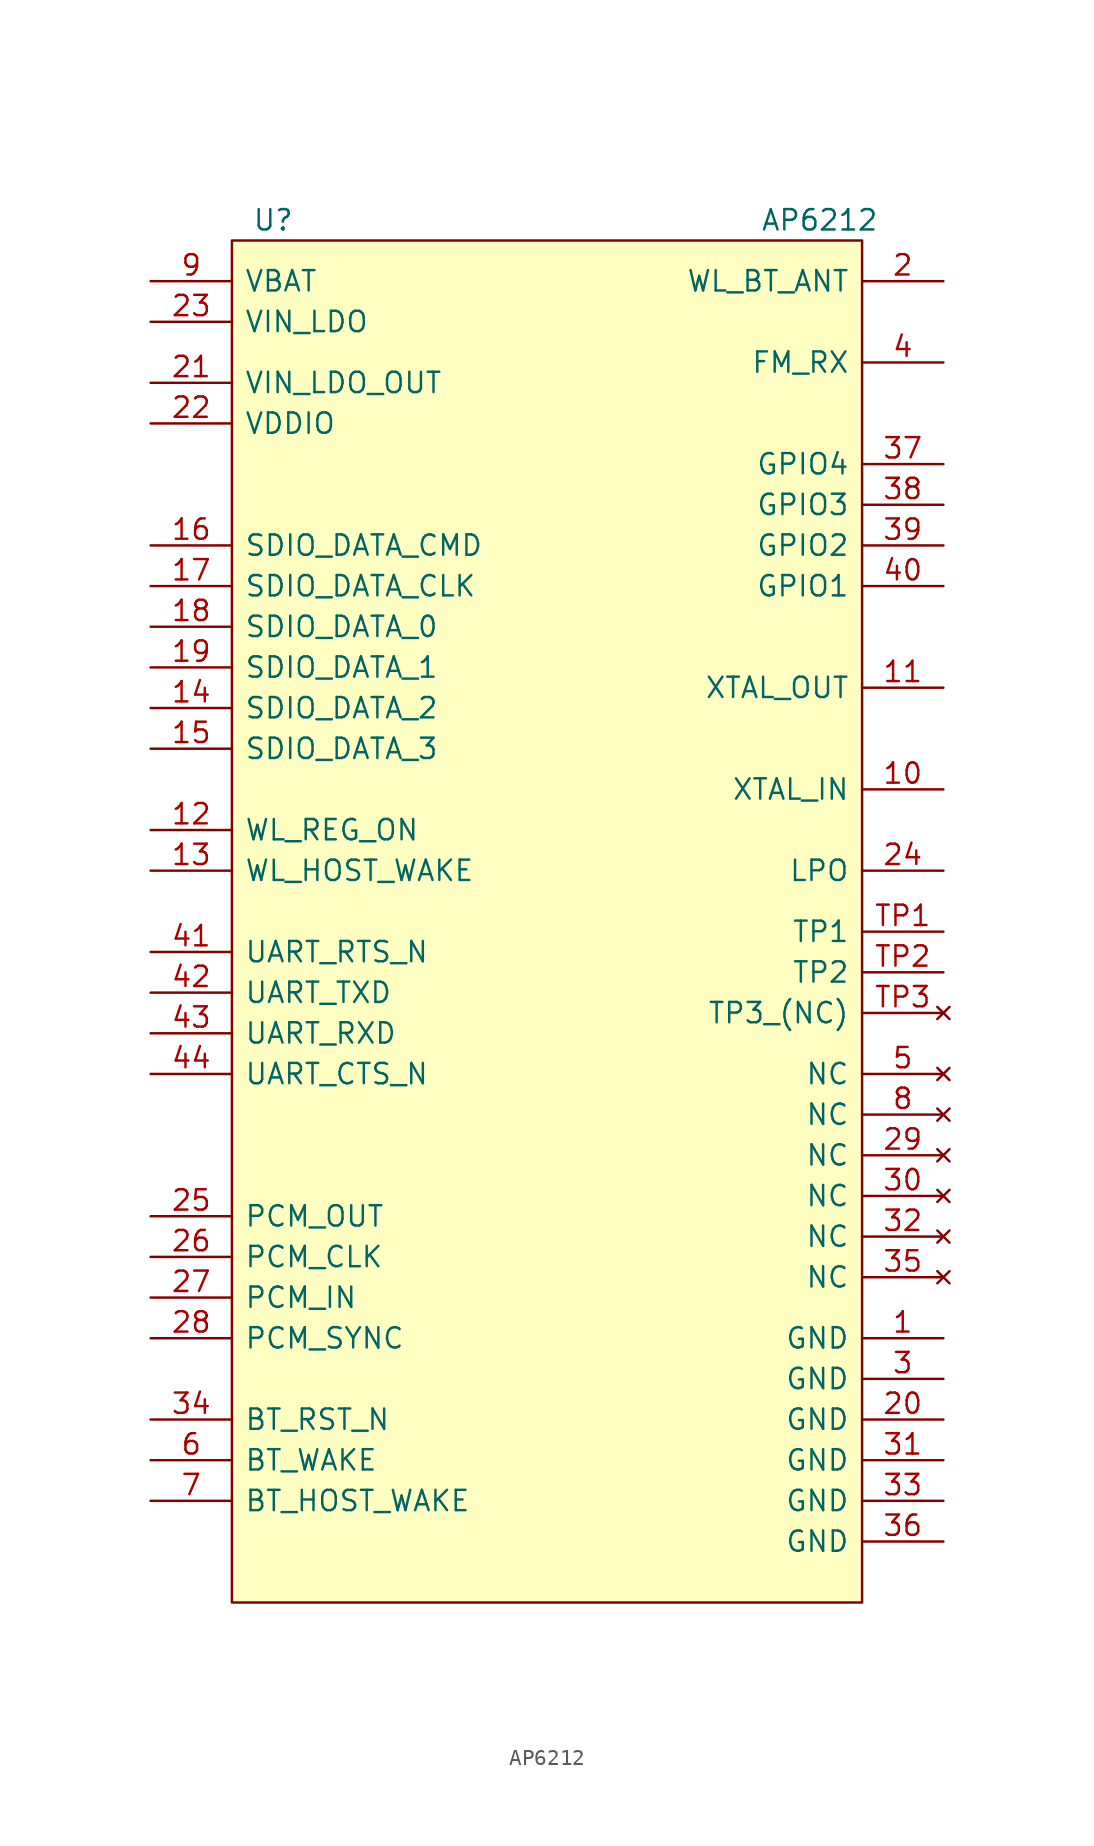
<source format=kicad_sym>
(kicad_symbol_lib
  (version 20211014)
  (generator kicad_symbol_editor)
  (symbol "AP6212"
    (pin_names
      (offset 0.762))
    (property "Reference" "U"
      (at 5.08 2.54 0)
      (effects (font (size 1.27 1.27)) (justify left)))
    (property "Value" "AP6212"
      (at 36.83 2.54 0)
      (effects (font (size 1.27 1.27)) (justify left)))
    (symbol "AP6212_0_0"
      (pin power_in line (at 48.26 -67.31 180) (length 5.08) (name "GND" (effects (font (size 1.27 1.27)))) (number "1" (effects (font (size 1.27 1.27)))))
      (pin passive line (at 48.26 -33.02 180) (length 5.08) (name "XTAL_IN" (effects (font (size 1.27 1.27)))) (number "10" (effects (font (size 1.27 1.27)))))
      (pin passive line (at 48.26 -26.67 180) (length 5.08) (name "XTAL_OUT" (effects (font (size 1.27 1.27)))) (number "11" (effects (font (size 1.27 1.27)))))
      (pin input line (at -1.27 -35.56 0) (length 5.08) (name "WL_REG_ON" (effects (font (size 1.27 1.27)))) (number "12" (effects (font (size 1.27 1.27)))))
      (pin output line (at -1.27 -38.1 0) (length 5.08) (name "WL_HOST_WAKE" (effects (font (size 1.27 1.27)))) (number "13" (effects (font (size 1.27 1.27)))))
      (pin bidirectional line (at -1.27 -27.94 0) (length 5.08) (name "SDIO_DATA_2" (effects (font (size 1.27 1.27)))) (number "14" (effects (font (size 1.27 1.27)))))
      (pin bidirectional line (at -1.27 -30.48 0) (length 5.08) (name "SDIO_DATA_3" (effects (font (size 1.27 1.27)))) (number "15" (effects (font (size 1.27 1.27)))))
      (pin bidirectional line (at -1.27 -17.78 0) (length 5.08) (name "SDIO_DATA_CMD" (effects (font (size 1.27 1.27)))) (number "16" (effects (font (size 1.27 1.27)))))
      (pin bidirectional line (at -1.27 -20.32 0) (length 5.08) (name "SDIO_DATA_CLK" (effects (font (size 1.27 1.27)))) (number "17" (effects (font (size 1.27 1.27)))))
      (pin bidirectional line (at -1.27 -22.86 0) (length 5.08) (name "SDIO_DATA_0" (effects (font (size 1.27 1.27)))) (number "18" (effects (font (size 1.27 1.27)))))
      (pin bidirectional line (at -1.27 -25.4 0) (length 5.08) (name "SDIO_DATA_1" (effects (font (size 1.27 1.27)))) (number "19" (effects (font (size 1.27 1.27)))))
      (pin bidirectional line (at 48.26 -1.27 180) (length 5.08) (name "WL_BT_ANT" (effects (font (size 1.27 1.27)))) (number "2" (effects (font (size 1.27 1.27)))))
      (pin power_in line (at 48.26 -72.39 180) (length 5.08) (name "GND" (effects (font (size 1.27 1.27)))) (number "20" (effects (font (size 1.27 1.27)))))
      (pin power_out line (at -1.27 -7.62 0) (length 5.08) (name "VIN_LDO_OUT" (effects (font (size 1.27 1.27)))) (number "21" (effects (font (size 1.27 1.27)))))
      (pin power_in line (at -1.27 -10.16 0) (length 5.08) (name "VDDIO" (effects (font (size 1.27 1.27)))) (number "22" (effects (font (size 1.27 1.27)))))
      (pin power_in line (at -1.27 -3.81 0) (length 5.08) (name "VIN_LDO" (effects (font (size 1.27 1.27)))) (number "23" (effects (font (size 1.27 1.27)))))
      (pin input line (at 48.26 -38.1 180) (length 5.08) (name "LPO" (effects (font (size 1.27 1.27)))) (number "24" (effects (font (size 1.27 1.27)))))
      (pin output line (at -1.27 -59.69 0) (length 5.08) (name "PCM_OUT" (effects (font (size 1.27 1.27)))) (number "25" (effects (font (size 1.27 1.27)))))
      (pin bidirectional line (at -1.27 -62.23 0) (length 5.08) (name "PCM_CLK" (effects (font (size 1.27 1.27)))) (number "26" (effects (font (size 1.27 1.27)))))
      (pin input line (at -1.27 -64.77 0) (length 5.08) (name "PCM_IN" (effects (font (size 1.27 1.27)))) (number "27" (effects (font (size 1.27 1.27)))))
      (pin bidirectional line (at -1.27 -67.31 0) (length 5.08) (name "PCM_SYNC" (effects (font (size 1.27 1.27)))) (number "28" (effects (font (size 1.27 1.27)))))
      (pin no_connect line (at 48.26 -55.88 180) (length 5.08) (name "NC" (effects (font (size 1.27 1.27)))) (number "29" (effects (font (size 1.27 1.27)))))
      (pin power_in line (at 48.26 -69.85 180) (length 5.08) (name "GND" (effects (font (size 1.27 1.27)))) (number "3" (effects (font (size 1.27 1.27)))))
      (pin no_connect line (at 48.26 -58.42 180) (length 5.08) (name "NC" (effects (font (size 1.27 1.27)))) (number "30" (effects (font (size 1.27 1.27)))))
      (pin power_in line (at 48.26 -74.93 180) (length 5.08) (name "GND" (effects (font (size 1.27 1.27)))) (number "31" (effects (font (size 1.27 1.27)))))
      (pin no_connect line (at 48.26 -60.96 180) (length 5.08) (name "NC" (effects (font (size 1.27 1.27)))) (number "32" (effects (font (size 1.27 1.27)))))
      (pin power_in line (at 48.26 -77.47 180) (length 5.08) (name "GND" (effects (font (size 1.27 1.27)))) (number "33" (effects (font (size 1.27 1.27)))))
      (pin input line (at -1.27 -72.39 0) (length 5.08) (name "BT_RST_N" (effects (font (size 1.27 1.27)))) (number "34" (effects (font (size 1.27 1.27)))))
      (pin no_connect line (at 48.26 -63.5 180) (length 5.08) (name "NC" (effects (font (size 1.27 1.27)))) (number "35" (effects (font (size 1.27 1.27)))))
      (pin power_in line (at 48.26 -80.01 180) (length 5.08) (name "GND" (effects (font (size 1.27 1.27)))) (number "36" (effects (font (size 1.27 1.27)))))
      (pin bidirectional line (at 48.26 -12.7 180) (length 5.08) (name "GPIO4" (effects (font (size 1.27 1.27)))) (number "37" (effects (font (size 1.27 1.27)))))
      (pin bidirectional line (at 48.26 -15.24 180) (length 5.08) (name "GPIO3" (effects (font (size 1.27 1.27)))) (number "38" (effects (font (size 1.27 1.27)))))
      (pin bidirectional line (at 48.26 -17.78 180) (length 5.08) (name "GPIO2" (effects (font (size 1.27 1.27)))) (number "39" (effects (font (size 1.27 1.27)))))
      (pin input line (at 48.26 -6.35 180) (length 5.08) (name "FM_RX" (effects (font (size 1.27 1.27)))) (number "4" (effects (font (size 1.27 1.27)))))
      (pin bidirectional line (at 48.26 -20.32 180) (length 5.08) (name "GPIO1" (effects (font (size 1.27 1.27)))) (number "40" (effects (font (size 1.27 1.27)))))
      (pin output line (at -1.27 -43.18 0) (length 5.08) (name "UART_RTS_N" (effects (font (size 1.27 1.27)))) (number "41" (effects (font (size 1.27 1.27)))))
      (pin output line (at -1.27 -45.72 0) (length 5.08) (name "UART_TXD" (effects (font (size 1.27 1.27)))) (number "42" (effects (font (size 1.27 1.27)))))
      (pin input line (at -1.27 -48.26 0) (length 5.08) (name "UART_RXD" (effects (font (size 1.27 1.27)))) (number "43" (effects (font (size 1.27 1.27)))))
      (pin input line (at -1.27 -50.8 0) (length 5.08) (name "UART_CTS_N" (effects (font (size 1.27 1.27)))) (number "44" (effects (font (size 1.27 1.27)))))
      (pin no_connect line (at 48.26 -50.8 180) (length 5.08) (name "NC" (effects (font (size 1.27 1.27)))) (number "5" (effects (font (size 1.27 1.27)))))
      (pin input line (at -1.27 -74.93 0) (length 5.08) (name "BT_WAKE" (effects (font (size 1.27 1.27)))) (number "6" (effects (font (size 1.27 1.27)))))
      (pin output line (at -1.27 -77.47 0) (length 5.08) (name "BT_HOST_WAKE" (effects (font (size 1.27 1.27)))) (number "7" (effects (font (size 1.27 1.27)))))
      (pin no_connect line (at 48.26 -53.34 180) (length 5.08) (name "NC" (effects (font (size 1.27 1.27)))) (number "8" (effects (font (size 1.27 1.27)))))
      (pin power_in line (at -1.27 -1.27 0) (length 5.08) (name "VBAT" (effects (font (size 1.27 1.27)))) (number "9" (effects (font (size 1.27 1.27)))))
      (pin output line (at 48.26 -41.91 180) (length 5.08) (name "TP1" (effects (font (size 1.27 1.27)))) (number "TP1" (effects (font (size 1.27 1.27)))))
      (pin output line (at 48.26 -44.45 180) (length 5.08) (name "TP2" (effects (font (size 1.27 1.27)))) (number "TP2" (effects (font (size 1.27 1.27)))))
      (pin no_connect line (at 48.26 -46.99 180) (length 5.08) (name "TP3_(NC)" (effects (font (size 1.27 1.27)))) (number "TP3" (effects (font (size 1.27 1.27))))))
    (symbol "AP6212_0_1"
      (rectangle (start 3.81 1.27) (end 43.18 -83.82) (stroke (width 0) (type default) (color 0 0 0 0)) (fill (type background))))))
</source>
